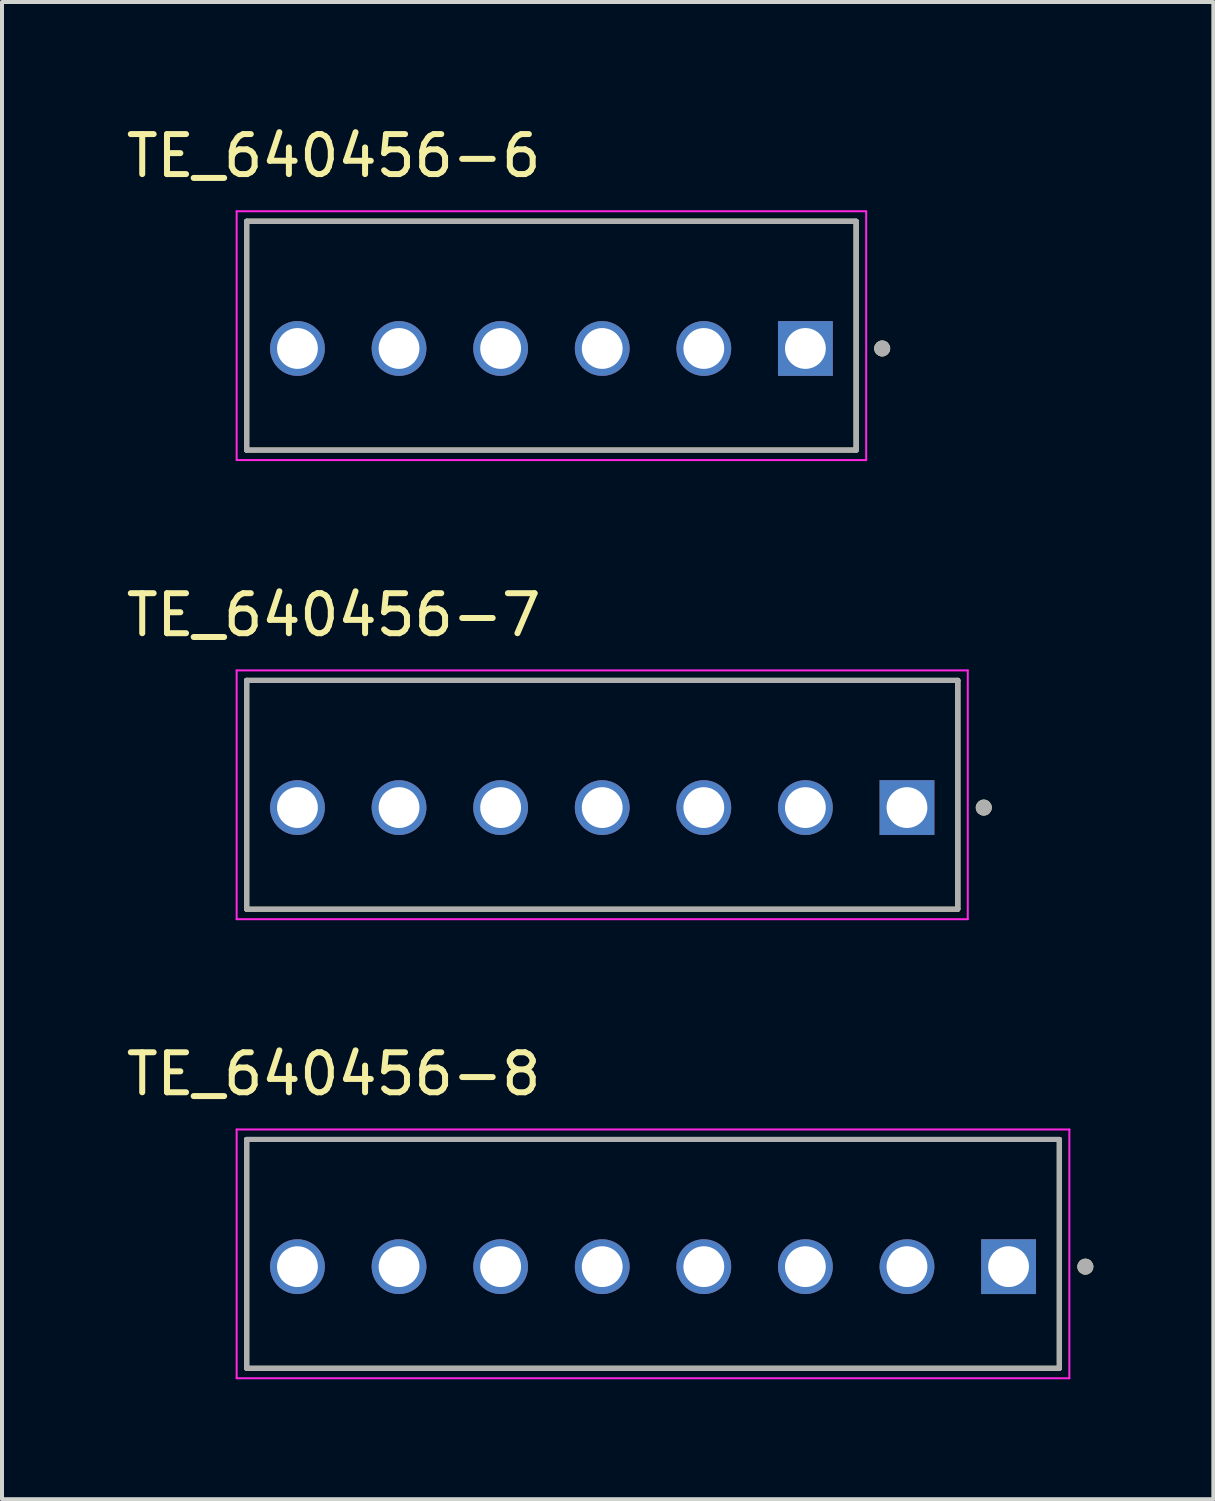
<source format=kicad_pcb>
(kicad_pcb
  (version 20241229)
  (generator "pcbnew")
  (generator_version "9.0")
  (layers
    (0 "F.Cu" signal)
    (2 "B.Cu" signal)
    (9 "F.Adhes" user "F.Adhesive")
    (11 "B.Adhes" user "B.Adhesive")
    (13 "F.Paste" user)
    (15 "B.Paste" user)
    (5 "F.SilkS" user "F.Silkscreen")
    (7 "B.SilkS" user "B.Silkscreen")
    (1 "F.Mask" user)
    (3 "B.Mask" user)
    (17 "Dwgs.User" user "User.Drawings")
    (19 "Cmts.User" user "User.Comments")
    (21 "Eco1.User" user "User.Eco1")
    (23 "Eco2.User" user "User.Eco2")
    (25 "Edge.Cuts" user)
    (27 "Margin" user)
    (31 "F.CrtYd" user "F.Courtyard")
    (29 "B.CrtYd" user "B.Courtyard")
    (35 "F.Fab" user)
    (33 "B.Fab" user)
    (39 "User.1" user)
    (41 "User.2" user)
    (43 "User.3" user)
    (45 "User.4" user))
  (footprint "TE_640456-7"
    (layer "F.Cu")
    (at 19.627 17.142)
    (property "Reference" "TE_640456-7" (at -14.335 -4.815 0) (layer "F.SilkS") (effects (font (size 1 1) (thickness 0.15))))
    (attr through_hole)
    (fp_line (start -16.51 2.54) (end -16.51 -3.18) (stroke (width 0.127) (type solid)) (layer "F.SilkS"))
    (fp_line (start 1.27 -3.18) (end -16.51 -3.18) (stroke (width 0.127) (type solid)) (layer "F.SilkS"))
    (fp_line (start 1.27 -3.18) (end 1.27 2.54) (stroke (width 0.127) (type solid)) (layer "F.SilkS"))
    (fp_line (start 1.27 2.54) (end -16.51 2.54) (stroke (width 0.127) (type solid)) (layer "F.SilkS"))
    (fp_circle (center 1.92 0) (end 2.02 0) (stroke (width 0.2) (type solid)) (fill no) (layer "F.SilkS"))
    (fp_line (start -16.76 -3.43) (end 1.52 -3.43) (stroke (width 0.05) (type solid)) (layer "F.CrtYd"))
    (fp_line (start -16.76 2.79) (end -16.76 -3.43) (stroke (width 0.05) (type solid)) (layer "F.CrtYd"))
    (fp_line (start 1.52 -3.43) (end 1.52 2.79) (stroke (width 0.05) (type solid)) (layer "F.CrtYd"))
    (fp_line (start 1.52 2.79) (end -16.76 2.79) (stroke (width 0.05) (type solid)) (layer "F.CrtYd"))
    (fp_line (start -16.51 -3.18) (end 1.27 -3.18) (stroke (width 0.127) (type solid)) (layer "F.Fab"))
    (fp_line (start -16.51 -3.18) (end 1.27 -3.18) (stroke (width 0.127) (type solid)) (layer "F.Fab"))
    (fp_line (start -16.51 2.54) (end -16.51 -3.18) (stroke (width 0.127) (type solid)) (layer "F.Fab"))
    (fp_line (start -16.51 2.54) (end -16.51 -3.18) (stroke (width 0.127) (type solid)) (layer "F.Fab"))
    (fp_line (start 1.27 -3.18) (end 1.27 2.54) (stroke (width 0.127) (type solid)) (layer "F.Fab"))
    (fp_line (start 1.27 -3.18) (end 1.27 2.54) (stroke (width 0.127) (type solid)) (layer "F.Fab"))
    (fp_line (start 1.27 2.54) (end -16.51 2.54) (stroke (width 0.127) (type solid)) (layer "F.Fab"))
    (fp_circle (center 1.92 0) (end 2.02 0) (stroke (width 0.2) (type solid)) (fill no) (layer "F.Fab"))
    (pad "1" thru_hole rect (at 0 0) (size 1.37 1.37) (drill 1.02) (layers "*.Cu" "*.Mask"))
    (pad "2" thru_hole circle (at -2.54 0) (size 1.37 1.37) (drill 1.02) (layers "*.Cu" "*.Mask"))
    (pad "3" thru_hole circle (at -5.08 0) (size 1.37 1.37) (drill 1.02) (layers "*.Cu" "*.Mask"))
    (pad "4" thru_hole circle (at -7.62 0) (size 1.37 1.37) (drill 1.02) (layers "*.Cu" "*.Mask"))
    (pad "5" thru_hole circle (at -10.16 0) (size 1.37 1.37) (drill 1.02) (layers "*.Cu" "*.Mask"))
    (pad "6" thru_hole circle (at -12.7 0) (size 1.37 1.37) (drill 1.02) (layers "*.Cu" "*.Mask"))
    (pad "7" thru_hole circle (at -15.24 0) (size 1.37 1.37) (drill 1.02) (layers "*.Cu" "*.Mask")))
  (footprint "TE_640456-8"
    (layer "F.Cu")
    (at 22.167 28.62)
    (property "Reference" "TE_640456-8" (at -16.875 -4.815 0) (layer "F.SilkS") (effects (font (size 1 1) (thickness 0.15))))
    (attr through_hole)
    (fp_line (start -19.05 2.54) (end -19.05 -3.18) (stroke (width 0.127) (type solid)) (layer "F.SilkS"))
    (fp_line (start 1.27 -3.18) (end -19.05 -3.18) (stroke (width 0.127) (type solid)) (layer "F.SilkS"))
    (fp_line (start 1.27 -3.18) (end 1.27 2.54) (stroke (width 0.127) (type solid)) (layer "F.SilkS"))
    (fp_line (start 1.27 2.54) (end -19.05 2.54) (stroke (width 0.127) (type solid)) (layer "F.SilkS"))
    (fp_circle (center 1.92 0) (end 2.02 0) (stroke (width 0.2) (type solid)) (fill no) (layer "F.SilkS"))
    (fp_line (start -19.3 -3.43) (end 1.52 -3.43) (stroke (width 0.05) (type solid)) (layer "F.CrtYd"))
    (fp_line (start -19.3 2.79) (end -19.3 -3.43) (stroke (width 0.05) (type solid)) (layer "F.CrtYd"))
    (fp_line (start 1.52 -3.43) (end 1.52 2.79) (stroke (width 0.05) (type solid)) (layer "F.CrtYd"))
    (fp_line (start 1.52 2.79) (end -19.3 2.79) (stroke (width 0.05) (type solid)) (layer "F.CrtYd"))
    (fp_line (start -19.05 -3.18) (end 1.27 -3.18) (stroke (width 0.127) (type solid)) (layer "F.Fab"))
    (fp_line (start -19.05 -3.18) (end 1.27 -3.18) (stroke (width 0.127) (type solid)) (layer "F.Fab"))
    (fp_line (start -19.05 2.54) (end -19.05 -3.18) (stroke (width 0.127) (type solid)) (layer "F.Fab"))
    (fp_line (start -19.05 2.54) (end -19.05 -3.18) (stroke (width 0.127) (type solid)) (layer "F.Fab"))
    (fp_line (start 1.27 -3.18) (end 1.27 2.54) (stroke (width 0.127) (type solid)) (layer "F.Fab"))
    (fp_line (start 1.27 -3.18) (end 1.27 2.54) (stroke (width 0.127) (type solid)) (layer "F.Fab"))
    (fp_line (start 1.27 2.54) (end -19.05 2.54) (stroke (width 0.127) (type solid)) (layer "F.Fab"))
    (fp_circle (center 1.92 0) (end 2.02 0) (stroke (width 0.2) (type solid)) (fill no) (layer "F.Fab"))
    (pad "1" thru_hole rect (at 0 0) (size 1.37 1.37) (drill 1.02) (layers "*.Cu" "*.Mask"))
    (pad "2" thru_hole circle (at -2.54 0) (size 1.37 1.37) (drill 1.02) (layers "*.Cu" "*.Mask"))
    (pad "3" thru_hole circle (at -5.08 0) (size 1.37 1.37) (drill 1.02) (layers "*.Cu" "*.Mask"))
    (pad "4" thru_hole circle (at -7.62 0) (size 1.37 1.37) (drill 1.02) (layers "*.Cu" "*.Mask"))
    (pad "5" thru_hole circle (at -10.16 0) (size 1.37 1.37) (drill 1.02) (layers "*.Cu" "*.Mask"))
    (pad "6" thru_hole circle (at -12.7 0) (size 1.37 1.37) (drill 1.02) (layers "*.Cu" "*.Mask"))
    (pad "7" thru_hole circle (at -15.24 0) (size 1.37 1.37) (drill 1.02) (layers "*.Cu" "*.Mask"))
    (pad "8" thru_hole circle (at -17.78 0) (size 1.37 1.37) (drill 1.02) (layers "*.Cu" "*.Mask")))
  (footprint "TE_640456-6"
    (layer "F.Cu")
    (at 17.087 5.663)
    (property "Reference" "TE_640456-6" (at -11.795 -4.815 0) (layer "F.SilkS") (effects (font (size 1 1) (thickness 0.15))))
    (attr through_hole)
    (fp_line (start -13.97 2.54) (end -13.97 -3.18) (stroke (width 0.127) (type solid)) (layer "F.SilkS"))
    (fp_line (start 1.27 -3.18) (end -13.97 -3.18) (stroke (width 0.127) (type solid)) (layer "F.SilkS"))
    (fp_line (start 1.27 -3.18) (end 1.27 2.54) (stroke (width 0.127) (type solid)) (layer "F.SilkS"))
    (fp_line (start 1.27 2.54) (end -13.97 2.54) (stroke (width 0.127) (type solid)) (layer "F.SilkS"))
    (fp_circle (center 1.92 0) (end 2.02 0) (stroke (width 0.2) (type solid)) (fill no) (layer "F.SilkS"))
    (fp_line (start -14.22 -3.43) (end 1.52 -3.43) (stroke (width 0.05) (type solid)) (layer "F.CrtYd"))
    (fp_line (start -14.22 2.79) (end -14.22 -3.43) (stroke (width 0.05) (type solid)) (layer "F.CrtYd"))
    (fp_line (start 1.52 -3.43) (end 1.52 2.79) (stroke (width 0.05) (type solid)) (layer "F.CrtYd"))
    (fp_line (start 1.52 2.79) (end -14.22 2.79) (stroke (width 0.05) (type solid)) (layer "F.CrtYd"))
    (fp_line (start -13.97 -3.18) (end 1.27 -3.18) (stroke (width 0.127) (type solid)) (layer "F.Fab"))
    (fp_line (start -13.97 -3.18) (end 1.27 -3.18) (stroke (width 0.127) (type solid)) (layer "F.Fab"))
    (fp_line (start -13.97 2.54) (end -13.97 -3.18) (stroke (width 0.127) (type solid)) (layer "F.Fab"))
    (fp_line (start -13.97 2.54) (end -13.97 -3.18) (stroke (width 0.127) (type solid)) (layer "F.Fab"))
    (fp_line (start 1.27 -3.18) (end 1.27 2.54) (stroke (width 0.127) (type solid)) (layer "F.Fab"))
    (fp_line (start 1.27 -3.18) (end 1.27 2.54) (stroke (width 0.127) (type solid)) (layer "F.Fab"))
    (fp_line (start 1.27 2.54) (end -13.97 2.54) (stroke (width 0.127) (type solid)) (layer "F.Fab"))
    (fp_circle (center 1.92 0) (end 2.02 0) (stroke (width 0.2) (type solid)) (fill no) (layer "F.Fab"))
    (pad "1" thru_hole rect (at 0 0) (size 1.37 1.37) (drill 1.02) (layers "*.Cu" "*.Mask"))
    (pad "2" thru_hole circle (at -2.54 0) (size 1.37 1.37) (drill 1.02) (layers "*.Cu" "*.Mask"))
    (pad "3" thru_hole circle (at -5.08 0) (size 1.37 1.37) (drill 1.02) (layers "*.Cu" "*.Mask"))
    (pad "4" thru_hole circle (at -7.62 0) (size 1.37 1.37) (drill 1.02) (layers "*.Cu" "*.Mask"))
    (pad "5" thru_hole circle (at -10.16 0) (size 1.37 1.37) (drill 1.02) (layers "*.Cu" "*.Mask"))
    (pad "6" thru_hole circle (at -12.7 0) (size 1.37 1.37) (drill 1.02) (layers "*.Cu" "*.Mask")))
  (gr_rect
    (start -3 -3)
    (end 27.287 34.435)
    (stroke (width 0.1) (type default))
    (fill no)
    (layer "Edge.Cuts")))
</source>
